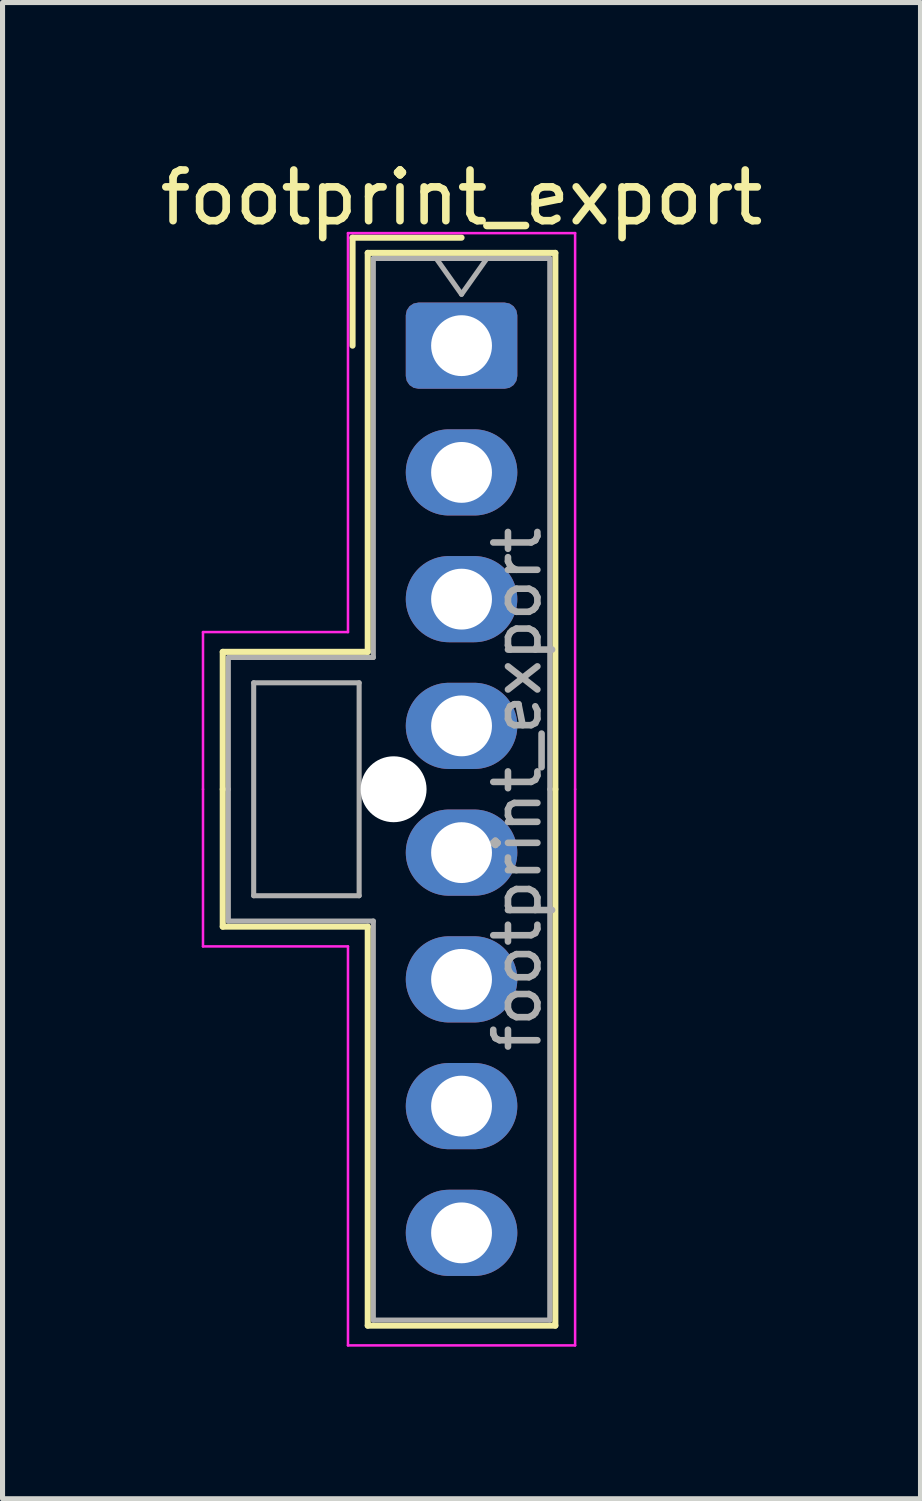
<source format=kicad_pcb>
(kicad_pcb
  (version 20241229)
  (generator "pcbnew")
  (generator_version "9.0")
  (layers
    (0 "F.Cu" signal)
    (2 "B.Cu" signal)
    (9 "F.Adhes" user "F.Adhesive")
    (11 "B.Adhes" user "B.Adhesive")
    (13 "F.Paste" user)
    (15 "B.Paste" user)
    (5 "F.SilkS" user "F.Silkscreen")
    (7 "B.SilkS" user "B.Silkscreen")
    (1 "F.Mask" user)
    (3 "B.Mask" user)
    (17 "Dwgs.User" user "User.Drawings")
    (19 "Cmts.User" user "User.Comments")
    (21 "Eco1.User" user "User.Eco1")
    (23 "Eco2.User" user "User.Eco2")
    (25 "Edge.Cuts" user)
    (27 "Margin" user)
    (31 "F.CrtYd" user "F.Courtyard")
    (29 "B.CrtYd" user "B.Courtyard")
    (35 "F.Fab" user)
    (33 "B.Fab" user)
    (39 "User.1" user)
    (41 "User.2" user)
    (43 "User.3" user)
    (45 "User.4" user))
  (footprint "footprint_export"
    (layer "F.Cu")
    (at 6.054 3.768)
    (property "Reference" "footprint_export" (at 0 -2.92 0) (layer "F.SilkS") (effects (font (size 1 1) (thickness 0.15))))
    (attr through_hole)
    (fp_line (start -4.71 6.04) (end -4.71 8.75) (stroke (width 0.12) (type solid)) (layer "F.SilkS"))
    (fp_line (start -4.71 11.46) (end -4.71 8.75) (stroke (width 0.12) (type solid)) (layer "F.SilkS"))
    (fp_line (start -2.15 -2.13) (end -2.15 0) (stroke (width 0.12) (type solid)) (layer "F.SilkS"))
    (fp_line (start -1.85 -1.83) (end -1.85 6.04) (stroke (width 0.12) (type solid)) (layer "F.SilkS"))
    (fp_line (start -1.85 6.04) (end -4.71 6.04) (stroke (width 0.12) (type solid)) (layer "F.SilkS"))
    (fp_line (start -1.85 11.46) (end -4.71 11.46) (stroke (width 0.12) (type solid)) (layer "F.SilkS"))
    (fp_line (start -1.85 19.33) (end -1.85 11.46) (stroke (width 0.12) (type solid)) (layer "F.SilkS"))
    (fp_line (start 0 -2.13) (end -2.15 -2.13) (stroke (width 0.12) (type solid)) (layer "F.SilkS"))
    (fp_line (start 1.85 -1.83) (end -1.85 -1.83) (stroke (width 0.12) (type solid)) (layer "F.SilkS"))
    (fp_line (start 1.85 8.75) (end 1.85 -1.83) (stroke (width 0.12) (type solid)) (layer "F.SilkS"))
    (fp_line (start 1.85 8.75) (end 1.85 19.33) (stroke (width 0.12) (type solid)) (layer "F.SilkS"))
    (fp_line (start 1.85 19.33) (end -1.85 19.33) (stroke (width 0.12) (type solid)) (layer "F.SilkS"))
    (fp_line (start -5.1 5.65) (end -5.1 8.75) (stroke (width 0.05) (type solid)) (layer "F.CrtYd"))
    (fp_line (start -5.1 11.85) (end -5.1 8.75) (stroke (width 0.05) (type solid)) (layer "F.CrtYd"))
    (fp_line (start -2.24 -2.22) (end -2.24 5.65) (stroke (width 0.05) (type solid)) (layer "F.CrtYd"))
    (fp_line (start -2.24 5.65) (end -5.1 5.65) (stroke (width 0.05) (type solid)) (layer "F.CrtYd"))
    (fp_line (start -2.24 11.85) (end -5.1 11.85) (stroke (width 0.05) (type solid)) (layer "F.CrtYd"))
    (fp_line (start -2.24 19.72) (end -2.24 11.85) (stroke (width 0.05) (type solid)) (layer "F.CrtYd"))
    (fp_line (start 2.24 -2.22) (end -2.24 -2.22) (stroke (width 0.05) (type solid)) (layer "F.CrtYd"))
    (fp_line (start 2.24 8.75) (end 2.24 -2.22) (stroke (width 0.05) (type solid)) (layer "F.CrtYd"))
    (fp_line (start 2.24 8.75) (end 2.24 19.72) (stroke (width 0.05) (type solid)) (layer "F.CrtYd"))
    (fp_line (start 2.24 19.72) (end -2.24 19.72) (stroke (width 0.05) (type solid)) (layer "F.CrtYd"))
    (fp_line (start -4.6 6.15) (end -4.6 8.75) (stroke (width 0.1) (type solid)) (layer "F.Fab"))
    (fp_line (start -4.6 11.35) (end -4.6 8.75) (stroke (width 0.1) (type solid)) (layer "F.Fab"))
    (fp_line (start -4.1 6.65) (end -4.1 10.85) (stroke (width 0.1) (type solid)) (layer "F.Fab"))
    (fp_line (start -4.1 10.85) (end -2.02 10.85) (stroke (width 0.1) (type solid)) (layer "F.Fab"))
    (fp_line (start -2.02 6.65) (end -4.1 6.65) (stroke (width 0.1) (type solid)) (layer "F.Fab"))
    (fp_line (start -2.02 10.85) (end -2.02 6.65) (stroke (width 0.1) (type solid)) (layer "F.Fab"))
    (fp_line (start -1.74 -1.72) (end -1.74 6.15) (stroke (width 0.1) (type solid)) (layer "F.Fab"))
    (fp_line (start -1.74 6.15) (end -4.6 6.15) (stroke (width 0.1) (type solid)) (layer "F.Fab"))
    (fp_line (start -1.74 11.35) (end -4.6 11.35) (stroke (width 0.1) (type solid)) (layer "F.Fab"))
    (fp_line (start -1.74 19.22) (end -1.74 11.35) (stroke (width 0.1) (type solid)) (layer "F.Fab"))
    (fp_line (start -0.5 -1.72) (end 0 -1.013) (stroke (width 0.1) (type solid)) (layer "F.Fab"))
    (fp_line (start 0 -1.013) (end 0.5 -1.72) (stroke (width 0.1) (type solid)) (layer "F.Fab"))
    (fp_line (start 1.74 -1.72) (end -1.74 -1.72) (stroke (width 0.1) (type solid)) (layer "F.Fab"))
    (fp_line (start 1.74 8.75) (end 1.74 -1.72) (stroke (width 0.1) (type solid)) (layer "F.Fab"))
    (fp_line (start 1.74 8.75) (end 1.74 19.22) (stroke (width 0.1) (type solid)) (layer "F.Fab"))
    (fp_line (start 1.74 19.22) (end -1.74 19.22) (stroke (width 0.1) (type solid)) (layer "F.Fab"))
    (fp_text user "${REFERENCE}" (at 1.1 8.75 90) (layer "F.Fab") (effects (font (size 0.87 0.87) (thickness 0.13))))
    (pad "" np_thru_hole circle (at -1.34 8.75) (size 1.3 1.3) (drill 1.3) (layers "*.Cu" "*.Mask"))
    (pad "1" thru_hole roundrect (at 0 0) (size 2.2 1.7) (drill 1.2) (layers "*.Cu" "*.Mask") (roundrect_rratio 0.147))
    (pad "2" thru_hole oval (at 0 2.5) (size 2.2 1.7) (drill 1.2) (layers "*.Cu" "*.Mask"))
    (pad "3" thru_hole oval (at 0 5) (size 2.2 1.7) (drill 1.2) (layers "*.Cu" "*.Mask"))
    (pad "4" thru_hole oval (at 0 7.5) (size 2.2 1.7) (drill 1.2) (layers "*.Cu" "*.Mask"))
    (pad "5" thru_hole oval (at 0 10) (size 2.2 1.7) (drill 1.2) (layers "*.Cu" "*.Mask"))
    (pad "6" thru_hole oval (at 0 12.5) (size 2.2 1.7) (drill 1.2) (layers "*.Cu" "*.Mask"))
    (pad "7" thru_hole oval (at 0 15) (size 2.2 1.7) (drill 1.2) (layers "*.Cu" "*.Mask"))
    (pad "8" thru_hole oval (at 0 17.5) (size 2.2 1.7) (drill 1.2) (layers "*.Cu" "*.Mask")))
  (gr_rect
    (start -3 -3)
    (end 15.107 26.513)
    (stroke (width 0.1) (type default))
    (fill no)
    (layer "Edge.Cuts")))
</source>
